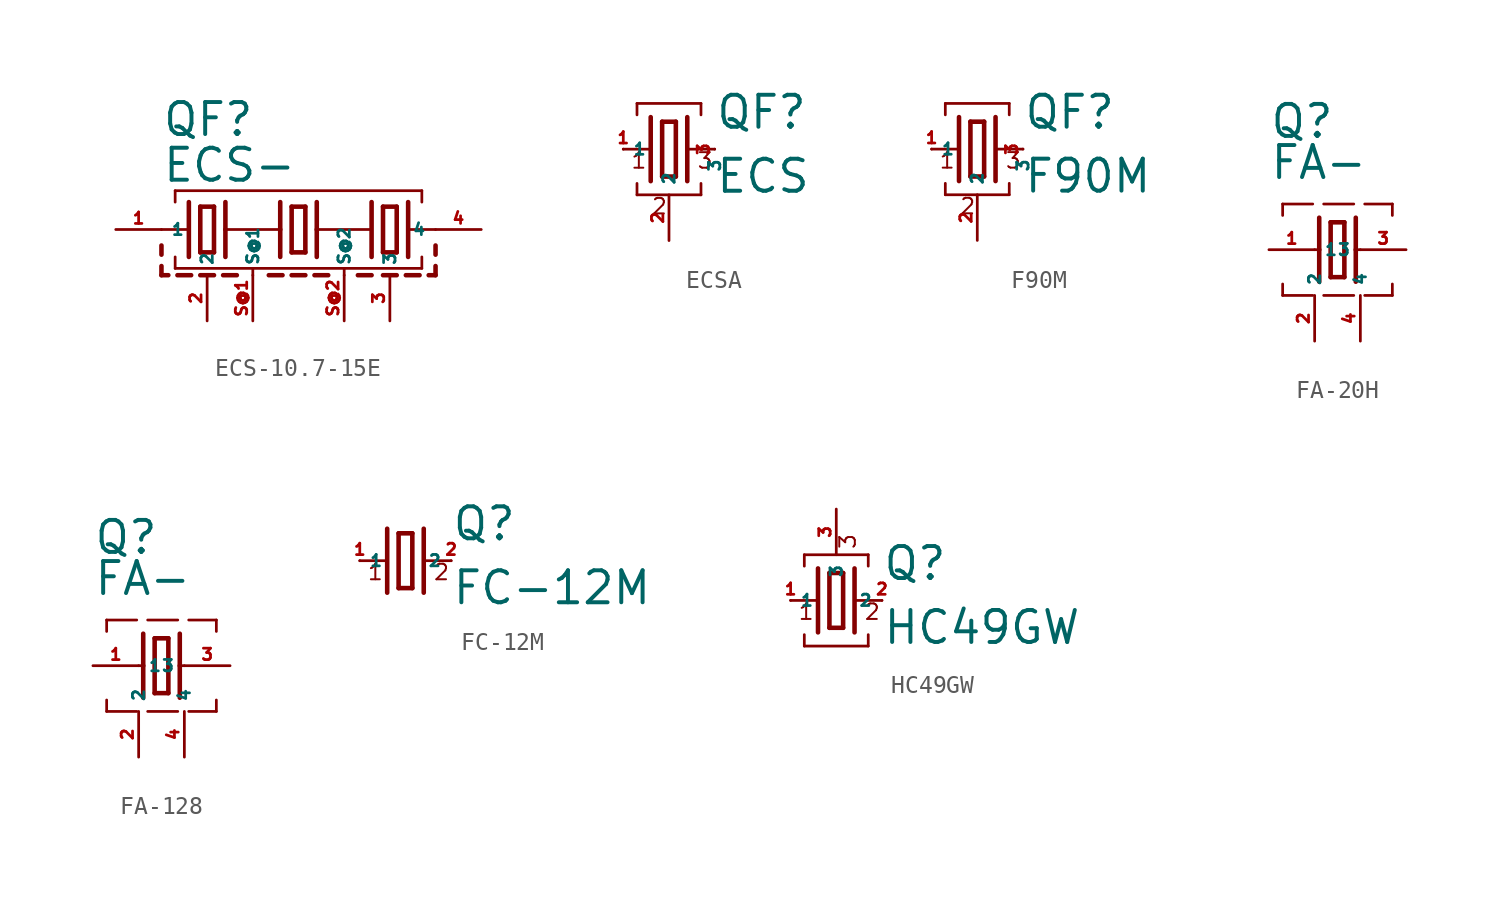
<source format=kicad_sym>
(kicad_symbol_lib
  (version 20220914)
  (generator Eagle2Kicad)
  (symbol "ECS-10.7-15E"
    (property "Reference" "QF"
      (at -7.62 5.08 0)
      (effects (font (size 1.778 1.778) (thickness 0.22)) (justify left bottom)))
    (property "Value" "ECS-"
      (at -7.62 2.54 0)
      (effects (font (size 1.778 1.778) (thickness 0.22)) (justify left bottom)))
    (polyline
      (pts (xy 6.096 0) (xy 7.62 0))
      (stroke (width 0.152) (type default))
      (fill (type none)))
    (polyline
      (pts (xy -7.62 0) (xy -6.096 0))
      (stroke (width 0.152) (type default))
      (fill (type none)))
    (polyline
      (pts (xy -0.381 1.27) (xy -0.381 -1.27))
      (stroke (width 0.254) (type default))
      (fill (type none)))
    (polyline
      (pts (xy -0.381 -1.27) (xy 0.381 -1.27))
      (stroke (width 0.254) (type default))
      (fill (type none)))
    (polyline
      (pts (xy 0.381 -1.27) (xy 0.381 1.27))
      (stroke (width 0.254) (type default))
      (fill (type none)))
    (polyline
      (pts (xy 0.381 1.27) (xy -0.381 1.27))
      (stroke (width 0.254) (type default))
      (fill (type none)))
    (polyline
      (pts (xy 6.096 1.524) (xy 6.096 -1.524))
      (stroke (width 0.254) (type default))
      (fill (type none)))
    (polyline
      (pts (xy -6.096 1.524) (xy -6.096 -1.524))
      (stroke (width 0.254) (type default))
      (fill (type none)))
    (polyline
      (pts (xy -6.858 1.524) (xy -6.858 2.159))
      (stroke (width 0.152) (type default))
      (fill (type none)))
    (polyline
      (pts (xy -6.858 2.159) (xy 6.858 2.159))
      (stroke (width 0.152) (type default))
      (fill (type none)))
    (polyline
      (pts (xy 6.858 2.159) (xy 6.858 1.524))
      (stroke (width 0.152) (type default))
      (fill (type none)))
    (polyline
      (pts (xy 6.858 -1.524) (xy 6.858 -2.159))
      (stroke (width 0.152) (type default))
      (fill (type none)))
    (polyline
      (pts (xy -6.858 -2.159) (xy -2.54 -2.159))
      (stroke (width 0.152) (type default))
      (fill (type none)))
    (polyline
      (pts (xy -2.54 -2.159) (xy 2.54 -2.159))
      (stroke (width 0.152) (type default))
      (fill (type none)))
    (polyline
      (pts (xy 2.54 -2.159) (xy 6.858 -2.159))
      (stroke (width 0.152) (type default))
      (fill (type none)))
    (polyline
      (pts (xy -6.858 -2.159) (xy -6.858 -1.524))
      (stroke (width 0.152) (type default))
      (fill (type none)))
    (polyline
      (pts (xy -1.016 1.524) (xy -1.016 0))
      (stroke (width 0.254) (type default))
      (fill (type none)))
    (polyline
      (pts (xy -1.016 0) (xy -1.016 -1.524))
      (stroke (width 0.254) (type default))
      (fill (type none)))
    (polyline
      (pts (xy 1.016 1.524) (xy 1.016 0))
      (stroke (width 0.254) (type default))
      (fill (type none)))
    (polyline
      (pts (xy 1.016 0) (xy 1.016 -1.524))
      (stroke (width 0.254) (type default))
      (fill (type none)))
    (polyline
      (pts (xy -4.699 1.27) (xy -5.461 1.27))
      (stroke (width 0.254) (type default))
      (fill (type none)))
    (polyline
      (pts (xy -5.461 -1.27) (xy -4.699 -1.27))
      (stroke (width 0.254) (type default))
      (fill (type none)))
    (polyline
      (pts (xy -5.461 1.27) (xy -5.461 -1.27))
      (stroke (width 0.254) (type default))
      (fill (type none)))
    (polyline
      (pts (xy -4.699 -1.27) (xy -4.699 1.27))
      (stroke (width 0.254) (type default))
      (fill (type none)))
    (polyline
      (pts (xy 5.461 -1.27) (xy 5.461 1.27))
      (stroke (width 0.254) (type default))
      (fill (type none)))
    (polyline
      (pts (xy 4.699 1.27) (xy 4.699 -1.27))
      (stroke (width 0.254) (type default))
      (fill (type none)))
    (polyline
      (pts (xy 5.461 1.27) (xy 4.699 1.27))
      (stroke (width 0.254) (type default))
      (fill (type none)))
    (polyline
      (pts (xy 4.699 -1.27) (xy 5.461 -1.27))
      (stroke (width 0.254) (type default))
      (fill (type none)))
    (polyline
      (pts (xy 4.064 1.524) (xy 4.064 -1.524))
      (stroke (width 0.254) (type default))
      (fill (type none)))
    (polyline
      (pts (xy -4.064 1.524) (xy -4.064 0))
      (stroke (width 0.254) (type default))
      (fill (type none)))
    (polyline
      (pts (xy -4.064 0) (xy -4.064 -1.524))
      (stroke (width 0.254) (type default))
      (fill (type none)))
    (polyline
      (pts (xy -4.064 0) (xy -1.016 0))
      (stroke (width 0.152) (type default))
      (fill (type none)))
    (polyline
      (pts (xy 1.016 0) (xy 4.064 0))
      (stroke (width 0.152) (type default))
      (fill (type none)))
    (polyline
      (pts (xy -7.62 -2.032) (xy -7.62 -2.54))
      (stroke (width 0.254) (type default))
      (fill (type none)))
    (polyline
      (pts (xy -7.62 -2.54) (xy -7.239 -2.54))
      (stroke (width 0.254) (type default))
      (fill (type none)))
    (polyline
      (pts (xy -5.461 -2.54) (xy -4.699 -2.54))
      (stroke (width 0.254) (type default))
      (fill (type none)))
    (polyline
      (pts (xy -6.731 -2.54) (xy -5.969 -2.54))
      (stroke (width 0.254) (type default))
      (fill (type none)))
    (polyline
      (pts (xy 4.699 -2.54) (xy 5.461 -2.54))
      (stroke (width 0.254) (type default))
      (fill (type none)))
    (polyline
      (pts (xy -4.191 -2.54) (xy -3.429 -2.54))
      (stroke (width 0.254) (type default))
      (fill (type none)))
    (polyline
      (pts (xy -1.651 -2.54) (xy -0.889 -2.54))
      (stroke (width 0.254) (type default))
      (fill (type none)))
    (polyline
      (pts (xy -0.381 -2.54) (xy 0.381 -2.54))
      (stroke (width 0.254) (type default))
      (fill (type none)))
    (polyline
      (pts (xy 0.889 -2.54) (xy 1.651 -2.54))
      (stroke (width 0.254) (type default))
      (fill (type none)))
    (polyline
      (pts (xy 3.302 -2.54) (xy 4.064 -2.54))
      (stroke (width 0.254) (type default))
      (fill (type none)))
    (polyline
      (pts (xy -2.54 -2.54) (xy -2.54 -2.159))
      (stroke (width 0.152) (type default))
      (fill (type none)))
    (polyline
      (pts (xy 2.54 -2.54) (xy 2.54 -2.159))
      (stroke (width 0.152) (type default))
      (fill (type none)))
    (polyline
      (pts (xy 7.62 -2.54) (xy 7.239 -2.54))
      (stroke (width 0.254) (type default))
      (fill (type none)))
    (polyline
      (pts (xy 6.731 -2.54) (xy 5.969 -2.54))
      (stroke (width 0.254) (type default))
      (fill (type none)))
    (polyline
      (pts (xy 7.62 -2.032) (xy 7.62 -2.54))
      (stroke (width 0.254) (type default))
      (fill (type none)))
    (polyline
      (pts (xy -7.62 -0.889) (xy -7.62 -1.397))
      (stroke (width 0.254) (type default))
      (fill (type none)))
    (polyline
      (pts (xy 7.62 -0.889) (xy 7.62 -1.397))
      (stroke (width 0.254) (type default))
      (fill (type none)))
    (pin passive line
      (at 10.16 0 180)
      (length 2.54)
      (name "4" (effects (font (size 0.635 0.635) (thickness 0.08)) (justify left bottom)))
      (number "4" (effects (font (size 0.635 0.635) (thickness 0.08)) (justify left bottom))))
    (pin passive line
      (at -10.16 0 0)
      (length 2.54)
      (name "1" (effects (font (size 0.635 0.635) (thickness 0.08)) (justify left bottom)))
      (number "1" (effects (font (size 0.635 0.635) (thickness 0.08)) (justify left bottom))))
    (pin passive line
      (at -5.08 -5.08 90)
      (length 2.54)
      (name "2" (effects (font (size 0.635 0.635) (thickness 0.08)) (justify left bottom)))
      (number "2" (effects (font (size 0.635 0.635) (thickness 0.08)) (justify left bottom))))
    (pin passive line
      (at 5.08 -5.08 90)
      (length 2.54)
      (name "3" (effects (font (size 0.635 0.635) (thickness 0.08)) (justify left bottom)))
      (number "3" (effects (font (size 0.635 0.635) (thickness 0.08)) (justify left bottom))))
    (pin passive line
      (at -2.54 -5.08 90)
      (length 2.54)
      (name "S@1" (effects (font (size 0.635 0.635) (thickness 0.08)) (justify left bottom)))
      (number "S@1" (effects (font (size 0.635 0.635) (thickness 0.08)) (justify left bottom))))
    (pin passive line
      (at 2.54 -5.08 90)
      (length 2.54)
      (name "S@2" (effects (font (size 0.635 0.635) (thickness 0.08)) (justify left bottom)))
      (number "S@2" (effects (font (size 0.635 0.635) (thickness 0.08)) (justify left bottom)))))
  (symbol "ECSA"
    (property "Reference" "QF"
      (at 2.54 1.016 0)
      (effects (font (size 1.778 1.778) (thickness 0.22)) (justify left bottom)))
    (property "Value" "ECS"
      (at 2.54 -2.54 0)
      (effects (font (size 1.778 1.778) (thickness 0.22)) (justify left bottom)))
    (polyline
      (pts (xy 1.016 0) (xy 2.54 0))
      (stroke (width 0.152) (type default))
      (fill (type none)))
    (polyline
      (pts (xy -2.54 0) (xy -1.016 0))
      (stroke (width 0.152) (type default))
      (fill (type none)))
    (polyline
      (pts (xy -0.381 1.524) (xy -0.381 -1.524))
      (stroke (width 0.254) (type default))
      (fill (type none)))
    (polyline
      (pts (xy -0.381 -1.524) (xy 0.381 -1.524))
      (stroke (width 0.254) (type default))
      (fill (type none)))
    (polyline
      (pts (xy 0.381 -1.524) (xy 0.381 1.524))
      (stroke (width 0.254) (type default))
      (fill (type none)))
    (polyline
      (pts (xy 0.381 1.524) (xy -0.381 1.524))
      (stroke (width 0.254) (type default))
      (fill (type none)))
    (polyline
      (pts (xy 1.016 1.778) (xy 1.016 -1.778))
      (stroke (width 0.254) (type default))
      (fill (type none)))
    (polyline
      (pts (xy -1.016 1.778) (xy -1.016 -1.778))
      (stroke (width 0.254) (type default))
      (fill (type none)))
    (polyline
      (pts (xy -1.778 1.905) (xy -1.778 2.54))
      (stroke (width 0.152) (type default))
      (fill (type none)))
    (polyline
      (pts (xy -1.778 2.54) (xy 1.778 2.54))
      (stroke (width 0.152) (type default))
      (fill (type none)))
    (polyline
      (pts (xy 1.778 2.54) (xy 1.778 1.905))
      (stroke (width 0.152) (type default))
      (fill (type none)))
    (polyline
      (pts (xy 1.778 -1.905) (xy 1.778 -2.54))
      (stroke (width 0.152) (type default))
      (fill (type none)))
    (polyline
      (pts (xy -1.778 -2.54) (xy 1.778 -2.54))
      (stroke (width 0.152) (type default))
      (fill (type none)))
    (polyline
      (pts (xy -1.778 -2.54) (xy -1.778 -1.905))
      (stroke (width 0.152) (type default))
      (fill (type none)))
    (text "1"
      (at -2.159 -1.143 0)
      (effects (font (size 0.864 0.864) (thickness 0.11)) (justify left bottom)))
    (text "2"
      (at -1.016 -3.683 0)
      (effects (font (size 0.864 0.864) (thickness 0.11)) (justify left bottom)))
    (text "3"
      (at 1.524 -1.143 0)
      (effects (font (size 0.864 0.864) (thickness 0.11)) (justify left bottom)))
    (pin passive line
      (at 2.54 0 270)
      (length 0)
      (name "3" (effects (font (size 0.635 0.635) (thickness 0.08)) (justify left bottom)))
      (number "3" (effects (font (size 0.635 0.635) (thickness 0.08)) (justify left bottom))))
    (pin passive line
      (at -2.54 0 0)
      (length 0)
      (name "1" (effects (font (size 0.635 0.635) (thickness 0.08)) (justify left bottom)))
      (number "1" (effects (font (size 0.635 0.635) (thickness 0.08)) (justify left bottom))))
    (pin passive line
      (at 0 -5.08 90)
      (length 2.54)
      (name "2" (effects (font (size 0.635 0.635) (thickness 0.08)) (justify left bottom)))
      (number "2" (effects (font (size 0.635 0.635) (thickness 0.08)) (justify left bottom)))))
  (symbol "F90M"
    (property "Reference" "QF"
      (at 2.54 1.016 0)
      (effects (font (size 1.778 1.778) (thickness 0.22)) (justify left bottom)))
    (property "Value" "F90M"
      (at 2.54 -2.54 0)
      (effects (font (size 1.778 1.778) (thickness 0.22)) (justify left bottom)))
    (polyline
      (pts (xy 1.016 0) (xy 2.54 0))
      (stroke (width 0.152) (type default))
      (fill (type none)))
    (polyline
      (pts (xy -2.54 0) (xy -1.016 0))
      (stroke (width 0.152) (type default))
      (fill (type none)))
    (polyline
      (pts (xy -0.381 1.524) (xy -0.381 -1.524))
      (stroke (width 0.254) (type default))
      (fill (type none)))
    (polyline
      (pts (xy -0.381 -1.524) (xy 0.381 -1.524))
      (stroke (width 0.254) (type default))
      (fill (type none)))
    (polyline
      (pts (xy 0.381 -1.524) (xy 0.381 1.524))
      (stroke (width 0.254) (type default))
      (fill (type none)))
    (polyline
      (pts (xy 0.381 1.524) (xy -0.381 1.524))
      (stroke (width 0.254) (type default))
      (fill (type none)))
    (polyline
      (pts (xy 1.016 1.778) (xy 1.016 -1.778))
      (stroke (width 0.254) (type default))
      (fill (type none)))
    (polyline
      (pts (xy -1.016 1.778) (xy -1.016 -1.778))
      (stroke (width 0.254) (type default))
      (fill (type none)))
    (polyline
      (pts (xy -1.778 1.905) (xy -1.778 2.54))
      (stroke (width 0.152) (type default))
      (fill (type none)))
    (polyline
      (pts (xy -1.778 2.54) (xy 1.778 2.54))
      (stroke (width 0.152) (type default))
      (fill (type none)))
    (polyline
      (pts (xy 1.778 2.54) (xy 1.778 1.905))
      (stroke (width 0.152) (type default))
      (fill (type none)))
    (polyline
      (pts (xy 1.778 -1.905) (xy 1.778 -2.54))
      (stroke (width 0.152) (type default))
      (fill (type none)))
    (polyline
      (pts (xy -1.778 -2.54) (xy 1.778 -2.54))
      (stroke (width 0.152) (type default))
      (fill (type none)))
    (polyline
      (pts (xy -1.778 -2.54) (xy -1.778 -1.905))
      (stroke (width 0.152) (type default))
      (fill (type none)))
    (text "1"
      (at -2.159 -1.143 0)
      (effects (font (size 0.864 0.864) (thickness 0.11)) (justify left bottom)))
    (text "2"
      (at -1.016 -3.683 0)
      (effects (font (size 0.864 0.864) (thickness 0.11)) (justify left bottom)))
    (text "3"
      (at 1.524 -1.143 0)
      (effects (font (size 0.864 0.864) (thickness 0.11)) (justify left bottom)))
    (pin passive line
      (at 2.54 0 270)
      (length 0)
      (name "3" (effects (font (size 0.635 0.635) (thickness 0.08)) (justify left bottom)))
      (number "3" (effects (font (size 0.635 0.635) (thickness 0.08)) (justify left bottom))))
    (pin passive line
      (at -2.54 0 0)
      (length 0)
      (name "1" (effects (font (size 0.635 0.635) (thickness 0.08)) (justify left bottom)))
      (number "1" (effects (font (size 0.635 0.635) (thickness 0.08)) (justify left bottom))))
    (pin passive line
      (at 0 -5.08 90)
      (length 2.54)
      (name "2" (effects (font (size 0.635 0.635) (thickness 0.08)) (justify left bottom)))
      (number "2" (effects (font (size 0.635 0.635) (thickness 0.08)) (justify left bottom)))))
  (symbol "FA-20H"
    (property "Reference" "Q"
      (at -2.54 6.096 0)
      (effects (font (size 1.778 1.778) (thickness 0.22)) (justify left bottom)))
    (property "Value" "FA-"
      (at -2.54 3.81 0)
      (effects (font (size 1.778 1.778) (thickness 0.22)) (justify left bottom)))
    (polyline
      (pts (xy 2.286 0) (xy 2.54 0))
      (stroke (width 0.152) (type default))
      (fill (type none)))
    (polyline
      (pts (xy 0 0) (xy 0.254 0))
      (stroke (width 0.152) (type default))
      (fill (type none)))
    (polyline
      (pts (xy 0.889 1.524) (xy 0.889 -1.524))
      (stroke (width 0.254) (type default))
      (fill (type none)))
    (polyline
      (pts (xy 0.889 -1.524) (xy 1.651 -1.524))
      (stroke (width 0.254) (type default))
      (fill (type none)))
    (polyline
      (pts (xy 1.651 -1.524) (xy 1.651 1.524))
      (stroke (width 0.254) (type default))
      (fill (type none)))
    (polyline
      (pts (xy 1.651 1.524) (xy 0.889 1.524))
      (stroke (width 0.254) (type default))
      (fill (type none)))
    (polyline
      (pts (xy 2.286 1.778) (xy 2.286 0))
      (stroke (width 0.254) (type default))
      (fill (type none)))
    (polyline
      (pts (xy 2.286 0) (xy 2.286 -1.778))
      (stroke (width 0.254) (type default))
      (fill (type none)))
    (polyline
      (pts (xy 0.254 1.778) (xy 0.254 0))
      (stroke (width 0.254) (type default))
      (fill (type none)))
    (polyline
      (pts (xy 0.254 0) (xy 0.254 -1.778))
      (stroke (width 0.254) (type default))
      (fill (type none)))
    (polyline
      (pts (xy -1.778 1.905) (xy -1.778 2.54))
      (stroke (width 0.152) (type dash))
      (fill (type none)))
    (polyline
      (pts (xy -1.778 2.54) (xy 4.318 2.54))
      (stroke (width 0.152) (type dash))
      (fill (type none)))
    (polyline
      (pts (xy 4.318 2.54) (xy 4.318 1.905))
      (stroke (width 0.152) (type dash))
      (fill (type none)))
    (polyline
      (pts (xy 4.318 -1.905) (xy 4.318 -2.54))
      (stroke (width 0.152) (type dash))
      (fill (type none)))
    (polyline
      (pts (xy -1.778 -2.54) (xy 4.318 -2.54))
      (stroke (width 0.152) (type dash))
      (fill (type none)))
    (polyline
      (pts (xy -1.778 -2.54) (xy -1.778 -1.905))
      (stroke (width 0.152) (type dash))
      (fill (type none)))
    (pin passive line
      (at 5.08 0 180)
      (length 2.54)
      (name "3" (effects (font (size 0.635 0.635) (thickness 0.08)) (justify left bottom)))
      (number "3" (effects (font (size 0.635 0.635) (thickness 0.08)) (justify left bottom))))
    (pin passive line
      (at -2.54 0 0)
      (length 2.54)
      (name "1" (effects (font (size 0.635 0.635) (thickness 0.08)) (justify left bottom)))
      (number "1" (effects (font (size 0.635 0.635) (thickness 0.08)) (justify left bottom))))
    (pin passive line
      (at 2.54 -5.08 90)
      (length 2.54)
      (name "4" (effects (font (size 0.635 0.635) (thickness 0.08)) (justify left bottom)))
      (number "4" (effects (font (size 0.635 0.635) (thickness 0.08)) (justify left bottom))))
    (pin passive line
      (at 0 -5.08 90)
      (length 2.54)
      (name "2" (effects (font (size 0.635 0.635) (thickness 0.08)) (justify left bottom)))
      (number "2" (effects (font (size 0.635 0.635) (thickness 0.08)) (justify left bottom)))))
  (symbol "FA-128"
    (property "Reference" "Q"
      (at -2.54 6.096 0)
      (effects (font (size 1.778 1.778) (thickness 0.22)) (justify left bottom)))
    (property "Value" "FA-"
      (at -2.54 3.81 0)
      (effects (font (size 1.778 1.778) (thickness 0.22)) (justify left bottom)))
    (polyline
      (pts (xy 2.286 0) (xy 2.54 0))
      (stroke (width 0.152) (type default))
      (fill (type none)))
    (polyline
      (pts (xy 0 0) (xy 0.254 0))
      (stroke (width 0.152) (type default))
      (fill (type none)))
    (polyline
      (pts (xy 0.889 1.524) (xy 0.889 -1.524))
      (stroke (width 0.254) (type default))
      (fill (type none)))
    (polyline
      (pts (xy 0.889 -1.524) (xy 1.651 -1.524))
      (stroke (width 0.254) (type default))
      (fill (type none)))
    (polyline
      (pts (xy 1.651 -1.524) (xy 1.651 1.524))
      (stroke (width 0.254) (type default))
      (fill (type none)))
    (polyline
      (pts (xy 1.651 1.524) (xy 0.889 1.524))
      (stroke (width 0.254) (type default))
      (fill (type none)))
    (polyline
      (pts (xy 2.286 1.778) (xy 2.286 0))
      (stroke (width 0.254) (type default))
      (fill (type none)))
    (polyline
      (pts (xy 2.286 0) (xy 2.286 -1.778))
      (stroke (width 0.254) (type default))
      (fill (type none)))
    (polyline
      (pts (xy 0.254 1.778) (xy 0.254 0))
      (stroke (width 0.254) (type default))
      (fill (type none)))
    (polyline
      (pts (xy 0.254 0) (xy 0.254 -1.778))
      (stroke (width 0.254) (type default))
      (fill (type none)))
    (polyline
      (pts (xy -1.778 1.905) (xy -1.778 2.54))
      (stroke (width 0.152) (type dash))
      (fill (type none)))
    (polyline
      (pts (xy -1.778 2.54) (xy 4.318 2.54))
      (stroke (width 0.152) (type dash))
      (fill (type none)))
    (polyline
      (pts (xy 4.318 2.54) (xy 4.318 1.905))
      (stroke (width 0.152) (type dash))
      (fill (type none)))
    (polyline
      (pts (xy 4.318 -1.905) (xy 4.318 -2.54))
      (stroke (width 0.152) (type dash))
      (fill (type none)))
    (polyline
      (pts (xy -1.778 -2.54) (xy 4.318 -2.54))
      (stroke (width 0.152) (type dash))
      (fill (type none)))
    (polyline
      (pts (xy -1.778 -2.54) (xy -1.778 -1.905))
      (stroke (width 0.152) (type dash))
      (fill (type none)))
    (pin passive line
      (at 5.08 0 180)
      (length 2.54)
      (name "3" (effects (font (size 0.635 0.635) (thickness 0.08)) (justify left bottom)))
      (number "3" (effects (font (size 0.635 0.635) (thickness 0.08)) (justify left bottom))))
    (pin passive line
      (at -2.54 0 0)
      (length 2.54)
      (name "1" (effects (font (size 0.635 0.635) (thickness 0.08)) (justify left bottom)))
      (number "1" (effects (font (size 0.635 0.635) (thickness 0.08)) (justify left bottom))))
    (pin passive line
      (at 2.54 -5.08 90)
      (length 2.54)
      (name "4" (effects (font (size 0.635 0.635) (thickness 0.08)) (justify left bottom)))
      (number "4" (effects (font (size 0.635 0.635) (thickness 0.08)) (justify left bottom))))
    (pin passive line
      (at 0 -5.08 90)
      (length 2.54)
      (name "2" (effects (font (size 0.635 0.635) (thickness 0.08)) (justify left bottom)))
      (number "2" (effects (font (size 0.635 0.635) (thickness 0.08)) (justify left bottom)))))
  (symbol "FC-12M"
    (property "Reference" "Q"
      (at 2.54 1.016 0)
      (effects (font (size 1.778 1.778) (thickness 0.22)) (justify left bottom)))
    (property "Value" "FC-12M"
      (at 2.54 -2.54 0)
      (effects (font (size 1.778 1.778) (thickness 0.22)) (justify left bottom)))
    (polyline
      (pts (xy 1.016 0) (xy 2.54 0))
      (stroke (width 0.152) (type default))
      (fill (type none)))
    (polyline
      (pts (xy -2.54 0) (xy -1.016 0))
      (stroke (width 0.152) (type default))
      (fill (type none)))
    (polyline
      (pts (xy -0.381 1.524) (xy -0.381 -1.524))
      (stroke (width 0.254) (type default))
      (fill (type none)))
    (polyline
      (pts (xy -0.381 -1.524) (xy 0.381 -1.524))
      (stroke (width 0.254) (type default))
      (fill (type none)))
    (polyline
      (pts (xy 0.381 -1.524) (xy 0.381 1.524))
      (stroke (width 0.254) (type default))
      (fill (type none)))
    (polyline
      (pts (xy 0.381 1.524) (xy -0.381 1.524))
      (stroke (width 0.254) (type default))
      (fill (type none)))
    (polyline
      (pts (xy 1.016 1.778) (xy 1.016 -1.778))
      (stroke (width 0.254) (type default))
      (fill (type none)))
    (polyline
      (pts (xy -1.016 1.778) (xy -1.016 -1.778))
      (stroke (width 0.254) (type default))
      (fill (type none)))
    (text "1"
      (at -2.159 -1.143 0)
      (effects (font (size 0.864 0.864) (thickness 0.11)) (justify left bottom)))
    (text "2"
      (at 1.524 -1.143 0)
      (effects (font (size 0.864 0.864) (thickness 0.11)) (justify left bottom)))
    (pin passive line
      (at 2.54 0 180)
      (length 0)
      (name "2" (effects (font (size 0.635 0.635) (thickness 0.08)) (justify left bottom)))
      (number "2" (effects (font (size 0.635 0.635) (thickness 0.08)) (justify left bottom))))
    (pin passive line
      (at -2.54 0 0)
      (length 0)
      (name "1" (effects (font (size 0.635 0.635) (thickness 0.08)) (justify left bottom)))
      (number "1" (effects (font (size 0.635 0.635) (thickness 0.08)) (justify left bottom)))))
  (symbol "HC49GW"
    (property "Reference" "Q"
      (at 2.54 1.016 0)
      (effects (font (size 1.778 1.778) (thickness 0.22)) (justify left bottom)))
    (property "Value" "HC49GW"
      (at 2.54 -2.54 0)
      (effects (font (size 1.778 1.778) (thickness 0.22)) (justify left bottom)))
    (polyline
      (pts (xy 1.016 0) (xy 2.54 0))
      (stroke (width 0.152) (type default))
      (fill (type none)))
    (polyline
      (pts (xy -2.54 0) (xy -1.016 0))
      (stroke (width 0.152) (type default))
      (fill (type none)))
    (polyline
      (pts (xy -0.381 1.524) (xy -0.381 -1.524))
      (stroke (width 0.254) (type default))
      (fill (type none)))
    (polyline
      (pts (xy -0.381 -1.524) (xy 0.381 -1.524))
      (stroke (width 0.254) (type default))
      (fill (type none)))
    (polyline
      (pts (xy 0.381 -1.524) (xy 0.381 1.524))
      (stroke (width 0.254) (type default))
      (fill (type none)))
    (polyline
      (pts (xy 0.381 1.524) (xy -0.381 1.524))
      (stroke (width 0.254) (type default))
      (fill (type none)))
    (polyline
      (pts (xy 1.016 1.778) (xy 1.016 -1.778))
      (stroke (width 0.254) (type default))
      (fill (type none)))
    (polyline
      (pts (xy -1.016 1.778) (xy -1.016 -1.778))
      (stroke (width 0.254) (type default))
      (fill (type none)))
    (polyline
      (pts (xy -1.778 1.905) (xy -1.778 2.54))
      (stroke (width 0.152) (type default))
      (fill (type none)))
    (polyline
      (pts (xy -1.778 2.54) (xy 1.778 2.54))
      (stroke (width 0.152) (type default))
      (fill (type none)))
    (polyline
      (pts (xy 1.778 2.54) (xy 1.778 1.905))
      (stroke (width 0.152) (type default))
      (fill (type none)))
    (polyline
      (pts (xy 1.778 -1.905) (xy 1.778 -2.54))
      (stroke (width 0.152) (type default))
      (fill (type none)))
    (polyline
      (pts (xy -1.778 -2.54) (xy 1.778 -2.54))
      (stroke (width 0.152) (type default))
      (fill (type none)))
    (polyline
      (pts (xy -1.778 -2.54) (xy -1.778 -1.905))
      (stroke (width 0.152) (type default))
      (fill (type none)))
    (text "1"
      (at -2.159 -1.143 0)
      (effects (font (size 0.864 0.864) (thickness 0.11)) (justify left bottom)))
    (text "2"
      (at 1.524 -1.143 0)
      (effects (font (size 0.864 0.864) (thickness 0.11)) (justify left bottom)))
    (text "3"
      (at 1.143 2.794 900)
      (effects (font (size 0.864 0.864) (thickness 0.11)) (justify left bottom)))
    (pin passive line
      (at 2.54 0 180)
      (length 0)
      (name "2" (effects (font (size 0.635 0.635) (thickness 0.08)) (justify left bottom)))
      (number "2" (effects (font (size 0.635 0.635) (thickness 0.08)) (justify left bottom))))
    (pin passive line
      (at -2.54 0 0)
      (length 0)
      (name "1" (effects (font (size 0.635 0.635) (thickness 0.08)) (justify left bottom)))
      (number "1" (effects (font (size 0.635 0.635) (thickness 0.08)) (justify left bottom))))
    (pin passive line
      (at 0 5.08 270)
      (length 2.54)
      (name "3" (effects (font (size 0.635 0.635) (thickness 0.08)) (justify left bottom)))
      (number "3" (effects (font (size 0.635 0.635) (thickness 0.08)) (justify left bottom))))))
</source>
